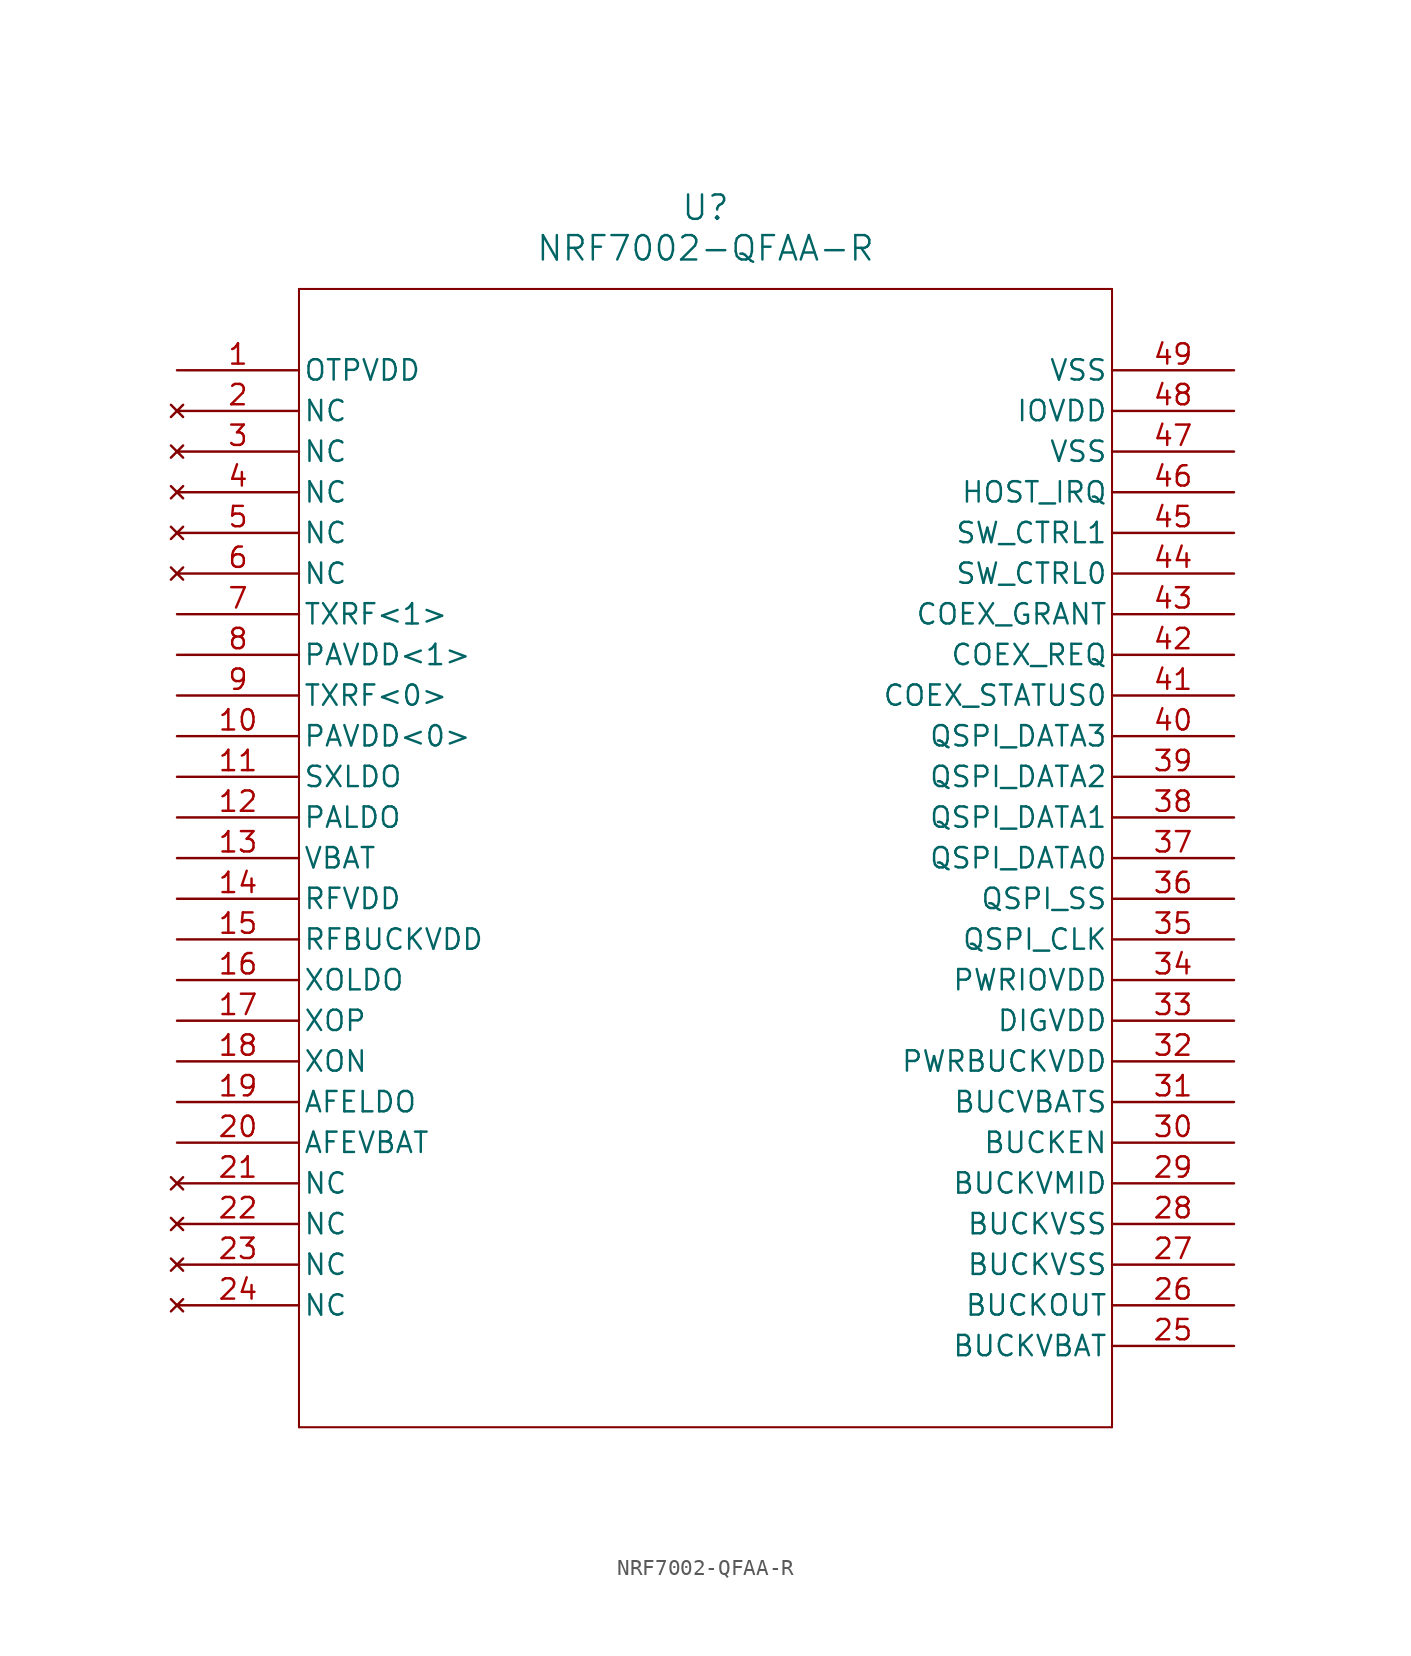
<source format=kicad_sym>
(kicad_symbol_lib
  (version 20231120)
  (generator "kicad_symbol_editor")
  (generator_version "8.0")
  (symbol "NRF7002-QFAA-R"
    (pin_names
      (offset 0.254))
    (property "Reference" "U"
      (at 33.02 10.16 0)
      (effects (font (size 1.524 1.524))))
    (property "Value" "NRF7002-QFAA-R"
      (at 33.02 7.62 0)
      (effects (font (size 1.524 1.524))))
    (symbol "NRF7002-QFAA-R_0_1"
      (polyline (pts (xy 7.62 -66.04) (xy 58.42 -66.04)) (stroke (width 0.127) (type default)) (fill (type none)))
      (polyline (pts (xy 7.62 5.08) (xy 7.62 -66.04)) (stroke (width 0.127) (type default)) (fill (type none)))
      (polyline (pts (xy 58.42 -66.04) (xy 58.42 5.08)) (stroke (width 0.127) (type default)) (fill (type none)))
      (polyline (pts (xy 58.42 5.08) (xy 7.62 5.08)) (stroke (width 0.127) (type default)) (fill (type none)))
      (pin power_in line (at 0 0 0) (length 7.62) (name "OTPVDD" (effects (font (size 1.27 1.27)))) (number "1" (effects (font (size 1.27 1.27)))))
      (pin power_in line (at 0 -22.86 0) (length 7.62) (name "PAVDD<0>" (effects (font (size 1.27 1.27)))) (number "10" (effects (font (size 1.27 1.27)))))
      (pin power_in line (at 0 -25.4 0) (length 7.62) (name "SXLDO" (effects (font (size 1.27 1.27)))) (number "11" (effects (font (size 1.27 1.27)))))
      (pin power_in line (at 0 -27.94 0) (length 7.62) (name "PALDO" (effects (font (size 1.27 1.27)))) (number "12" (effects (font (size 1.27 1.27)))))
      (pin power_in line (at 0 -30.48 0) (length 7.62) (name "VBAT" (effects (font (size 1.27 1.27)))) (number "13" (effects (font (size 1.27 1.27)))))
      (pin power_in line (at 0 -33.02 0) (length 7.62) (name "RFVDD" (effects (font (size 1.27 1.27)))) (number "14" (effects (font (size 1.27 1.27)))))
      (pin power_in line (at 0 -35.56 0) (length 7.62) (name "RFBUCKVDD" (effects (font (size 1.27 1.27)))) (number "15" (effects (font (size 1.27 1.27)))))
      (pin power_in line (at 0 -38.1 0) (length 7.62) (name "XOLDO" (effects (font (size 1.27 1.27)))) (number "16" (effects (font (size 1.27 1.27)))))
      (pin unspecified line (at 0 -40.64 0) (length 7.62) (name "XOP" (effects (font (size 1.27 1.27)))) (number "17" (effects (font (size 1.27 1.27)))))
      (pin unspecified line (at 0 -43.18 0) (length 7.62) (name "XON" (effects (font (size 1.27 1.27)))) (number "18" (effects (font (size 1.27 1.27)))))
      (pin power_in line (at 0 -45.72 0) (length 7.62) (name "AFELDO" (effects (font (size 1.27 1.27)))) (number "19" (effects (font (size 1.27 1.27)))))
      (pin no_connect line (at 0 -2.54 0) (length 7.62) (name "NC" (effects (font (size 1.27 1.27)))) (number "2" (effects (font (size 1.27 1.27)))))
      (pin power_in line (at 0 -48.26 0) (length 7.62) (name "AFEVBAT" (effects (font (size 1.27 1.27)))) (number "20" (effects (font (size 1.27 1.27)))))
      (pin no_connect line (at 0 -50.8 0) (length 7.62) (name "NC" (effects (font (size 1.27 1.27)))) (number "21" (effects (font (size 1.27 1.27)))))
      (pin no_connect line (at 0 -53.34 0) (length 7.62) (name "NC" (effects (font (size 1.27 1.27)))) (number "22" (effects (font (size 1.27 1.27)))))
      (pin no_connect line (at 0 -55.88 0) (length 7.62) (name "NC" (effects (font (size 1.27 1.27)))) (number "23" (effects (font (size 1.27 1.27)))))
      (pin no_connect line (at 0 -58.42 0) (length 7.62) (name "NC" (effects (font (size 1.27 1.27)))) (number "24" (effects (font (size 1.27 1.27)))))
      (pin power_in line (at 66.04 -60.96 180) (length 7.62) (name "BUCKVBAT" (effects (font (size 1.27 1.27)))) (number "25" (effects (font (size 1.27 1.27)))))
      (pin power_in line (at 66.04 -58.42 180) (length 7.62) (name "BUCKOUT" (effects (font (size 1.27 1.27)))) (number "26" (effects (font (size 1.27 1.27)))))
      (pin power_in line (at 66.04 -55.88 180) (length 7.62) (name "BUCKVSS" (effects (font (size 1.27 1.27)))) (number "27" (effects (font (size 1.27 1.27)))))
      (pin power_in line (at 66.04 -53.34 180) (length 7.62) (name "BUCKVSS" (effects (font (size 1.27 1.27)))) (number "28" (effects (font (size 1.27 1.27)))))
      (pin power_in line (at 66.04 -50.8 180) (length 7.62) (name "BUCKVMID" (effects (font (size 1.27 1.27)))) (number "29" (effects (font (size 1.27 1.27)))))
      (pin no_connect line (at 0 -5.08 0) (length 7.62) (name "NC" (effects (font (size 1.27 1.27)))) (number "3" (effects (font (size 1.27 1.27)))))
      (pin bidirectional line (at 66.04 -48.26 180) (length 7.62) (name "BUCKEN" (effects (font (size 1.27 1.27)))) (number "30" (effects (font (size 1.27 1.27)))))
      (pin power_in line (at 66.04 -45.72 180) (length 7.62) (name "BUCVBATS" (effects (font (size 1.27 1.27)))) (number "31" (effects (font (size 1.27 1.27)))))
      (pin power_in line (at 66.04 -43.18 180) (length 7.62) (name "PWRBUCKVDD" (effects (font (size 1.27 1.27)))) (number "32" (effects (font (size 1.27 1.27)))))
      (pin power_in line (at 66.04 -40.64 180) (length 7.62) (name "DIGVDD" (effects (font (size 1.27 1.27)))) (number "33" (effects (font (size 1.27 1.27)))))
      (pin power_in line (at 66.04 -38.1 180) (length 7.62) (name "PWRIOVDD" (effects (font (size 1.27 1.27)))) (number "34" (effects (font (size 1.27 1.27)))))
      (pin bidirectional line (at 66.04 -35.56 180) (length 7.62) (name "QSPI_CLK" (effects (font (size 1.27 1.27)))) (number "35" (effects (font (size 1.27 1.27)))))
      (pin bidirectional line (at 66.04 -33.02 180) (length 7.62) (name "QSPI_SS" (effects (font (size 1.27 1.27)))) (number "36" (effects (font (size 1.27 1.27)))))
      (pin bidirectional line (at 66.04 -30.48 180) (length 7.62) (name "QSPI_DATA0" (effects (font (size 1.27 1.27)))) (number "37" (effects (font (size 1.27 1.27)))))
      (pin bidirectional line (at 66.04 -27.94 180) (length 7.62) (name "QSPI_DATA1" (effects (font (size 1.27 1.27)))) (number "38" (effects (font (size 1.27 1.27)))))
      (pin bidirectional line (at 66.04 -25.4 180) (length 7.62) (name "QSPI_DATA2" (effects (font (size 1.27 1.27)))) (number "39" (effects (font (size 1.27 1.27)))))
      (pin no_connect line (at 0 -7.62 0) (length 7.62) (name "NC" (effects (font (size 1.27 1.27)))) (number "4" (effects (font (size 1.27 1.27)))))
      (pin bidirectional line (at 66.04 -22.86 180) (length 7.62) (name "QSPI_DATA3" (effects (font (size 1.27 1.27)))) (number "40" (effects (font (size 1.27 1.27)))))
      (pin bidirectional line (at 66.04 -20.32 180) (length 7.62) (name "COEX_STATUS0" (effects (font (size 1.27 1.27)))) (number "41" (effects (font (size 1.27 1.27)))))
      (pin bidirectional line (at 66.04 -17.78 180) (length 7.62) (name "COEX_REQ" (effects (font (size 1.27 1.27)))) (number "42" (effects (font (size 1.27 1.27)))))
      (pin bidirectional line (at 66.04 -15.24 180) (length 7.62) (name "COEX_GRANT" (effects (font (size 1.27 1.27)))) (number "43" (effects (font (size 1.27 1.27)))))
      (pin bidirectional line (at 66.04 -12.7 180) (length 7.62) (name "SW_CTRL0" (effects (font (size 1.27 1.27)))) (number "44" (effects (font (size 1.27 1.27)))))
      (pin bidirectional line (at 66.04 -10.16 180) (length 7.62) (name "SW_CTRL1" (effects (font (size 1.27 1.27)))) (number "45" (effects (font (size 1.27 1.27)))))
      (pin bidirectional line (at 66.04 -7.62 180) (length 7.62) (name "HOST_IRQ" (effects (font (size 1.27 1.27)))) (number "46" (effects (font (size 1.27 1.27)))))
      (pin power_out line (at 66.04 -5.08 180) (length 7.62) (name "VSS" (effects (font (size 1.27 1.27)))) (number "47" (effects (font (size 1.27 1.27)))))
      (pin power_in line (at 66.04 -2.54 180) (length 7.62) (name "IOVDD" (effects (font (size 1.27 1.27)))) (number "48" (effects (font (size 1.27 1.27)))))
      (pin power_out line (at 66.04 0 180) (length 7.62) (name "VSS" (effects (font (size 1.27 1.27)))) (number "49" (effects (font (size 1.27 1.27)))))
      (pin no_connect line (at 0 -10.16 0) (length 7.62) (name "NC" (effects (font (size 1.27 1.27)))) (number "5" (effects (font (size 1.27 1.27)))))
      (pin no_connect line (at 0 -12.7 0) (length 7.62) (name "NC" (effects (font (size 1.27 1.27)))) (number "6" (effects (font (size 1.27 1.27)))))
      (pin bidirectional line (at 0 -15.24 0) (length 7.62) (name "TXRF<1>" (effects (font (size 1.27 1.27)))) (number "7" (effects (font (size 1.27 1.27)))))
      (pin power_in line (at 0 -17.78 0) (length 7.62) (name "PAVDD<1>" (effects (font (size 1.27 1.27)))) (number "8" (effects (font (size 1.27 1.27)))))
      (pin bidirectional line (at 0 -20.32 0) (length 7.62) (name "TXRF<0>" (effects (font (size 1.27 1.27)))) (number "9" (effects (font (size 1.27 1.27))))))))
</source>
